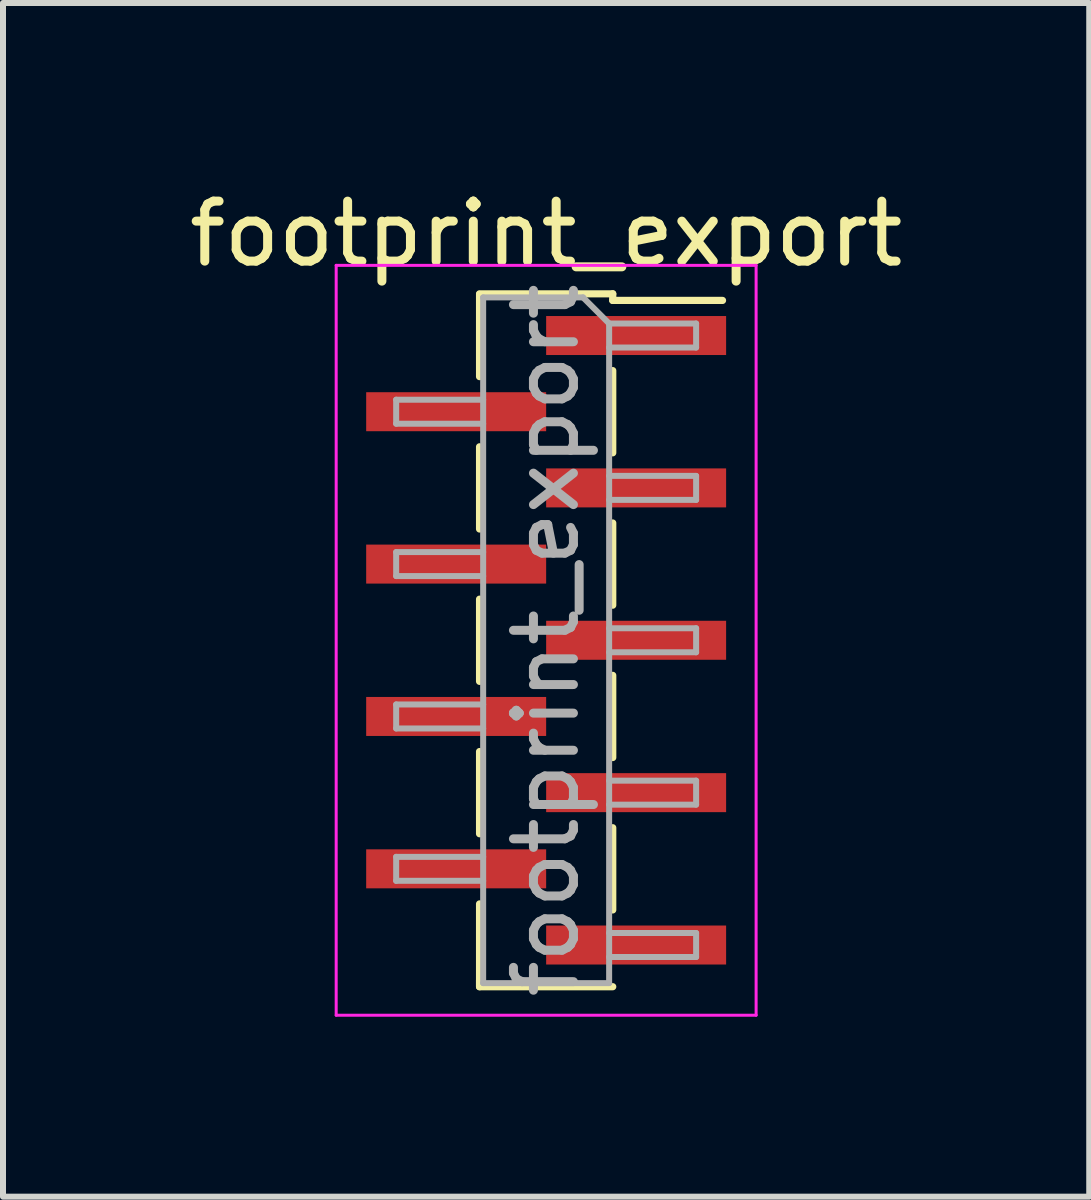
<source format=kicad_pcb>
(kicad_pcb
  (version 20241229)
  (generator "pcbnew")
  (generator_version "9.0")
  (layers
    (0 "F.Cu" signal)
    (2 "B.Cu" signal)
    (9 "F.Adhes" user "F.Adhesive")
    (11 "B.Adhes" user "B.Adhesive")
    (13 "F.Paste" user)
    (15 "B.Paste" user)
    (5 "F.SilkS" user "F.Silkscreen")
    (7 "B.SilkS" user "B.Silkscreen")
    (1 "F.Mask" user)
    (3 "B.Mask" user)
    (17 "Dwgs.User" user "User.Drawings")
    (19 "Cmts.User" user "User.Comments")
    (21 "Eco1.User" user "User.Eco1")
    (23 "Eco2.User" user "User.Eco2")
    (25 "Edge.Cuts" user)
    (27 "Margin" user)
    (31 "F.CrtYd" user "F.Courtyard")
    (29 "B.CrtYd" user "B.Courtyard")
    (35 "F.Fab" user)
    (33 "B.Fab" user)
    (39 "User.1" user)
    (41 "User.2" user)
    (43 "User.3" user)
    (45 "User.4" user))
  (footprint "footprint_export"
    (layer "F.Cu")
    (at 6.054 7.623)
    (property "Reference" "footprint_export" (at 0 -6.775 0) (layer "F.SilkS") (effects (font (size 1 1) (thickness 0.15))))
    (attr smd)
    (fp_line (start -1.11 -5.775) (end 1.11 -5.775) (stroke (width 0.12) (type solid)) (layer "F.SilkS"))
    (fp_line (start -1.11 -5.765) (end -1.11 -4.395) (stroke (width 0.12) (type solid)) (layer "F.SilkS"))
    (fp_line (start -1.11 -3.225) (end -1.11 -1.855) (stroke (width 0.12) (type solid)) (layer "F.SilkS"))
    (fp_line (start -1.11 -0.685) (end -1.11 0.685) (stroke (width 0.12) (type solid)) (layer "F.SilkS"))
    (fp_line (start -1.11 1.855) (end -1.11 3.225) (stroke (width 0.12) (type solid)) (layer "F.SilkS"))
    (fp_line (start -1.11 4.395) (end -1.11 5.765) (stroke (width 0.12) (type solid)) (layer "F.SilkS"))
    (fp_line (start -1.11 5.665) (end -1.11 5.775) (stroke (width 0.12) (type solid)) (layer "F.SilkS"))
    (fp_line (start -1.11 5.775) (end 1.11 5.775) (stroke (width 0.12) (type solid)) (layer "F.SilkS"))
    (fp_line (start 1.11 -5.775) (end 1.11 -5.665) (stroke (width 0.12) (type solid)) (layer "F.SilkS"))
    (fp_line (start 1.11 -5.665) (end 2.94 -5.665) (stroke (width 0.12) (type solid)) (layer "F.SilkS"))
    (fp_line (start 1.11 -4.495) (end 1.11 -3.125) (stroke (width 0.12) (type solid)) (layer "F.SilkS"))
    (fp_line (start 1.11 -1.955) (end 1.11 -0.585) (stroke (width 0.12) (type solid)) (layer "F.SilkS"))
    (fp_line (start 1.11 0.585) (end 1.11 1.955) (stroke (width 0.12) (type solid)) (layer "F.SilkS"))
    (fp_line (start 1.11 3.125) (end 1.11 4.495) (stroke (width 0.12) (type solid)) (layer "F.SilkS"))
    (fp_line (start -3.5 -6.25) (end -3.5 6.25) (stroke (width 0.05) (type solid)) (layer "F.CrtYd"))
    (fp_line (start -3.5 6.25) (end 3.5 6.25) (stroke (width 0.05) (type solid)) (layer "F.CrtYd"))
    (fp_line (start 3.5 -6.25) (end -3.5 -6.25) (stroke (width 0.05) (type solid)) (layer "F.CrtYd"))
    (fp_line (start 3.5 6.25) (end 3.5 -6.25) (stroke (width 0.05) (type solid)) (layer "F.CrtYd"))
    (fp_line (start -2.5 -4.01) (end -2.5 -3.61) (stroke (width 0.1) (type solid)) (layer "F.Fab"))
    (fp_line (start -2.5 -3.61) (end -1.05 -3.61) (stroke (width 0.1) (type solid)) (layer "F.Fab"))
    (fp_line (start -2.5 -1.47) (end -2.5 -1.07) (stroke (width 0.1) (type solid)) (layer "F.Fab"))
    (fp_line (start -2.5 -1.07) (end -1.05 -1.07) (stroke (width 0.1) (type solid)) (layer "F.Fab"))
    (fp_line (start -2.5 1.07) (end -2.5 1.47) (stroke (width 0.1) (type solid)) (layer "F.Fab"))
    (fp_line (start -2.5 1.47) (end -1.05 1.47) (stroke (width 0.1) (type solid)) (layer "F.Fab"))
    (fp_line (start -2.5 3.61) (end -2.5 4.01) (stroke (width 0.1) (type solid)) (layer "F.Fab"))
    (fp_line (start -2.5 4.01) (end -1.05 4.01) (stroke (width 0.1) (type solid)) (layer "F.Fab"))
    (fp_line (start -1.05 -5.715) (end -1.05 5.715) (stroke (width 0.1) (type solid)) (layer "F.Fab"))
    (fp_line (start -1.05 -5.715) (end 0.615 -5.715) (stroke (width 0.1) (type solid)) (layer "F.Fab"))
    (fp_line (start -1.05 -4.01) (end -2.5 -4.01) (stroke (width 0.1) (type solid)) (layer "F.Fab"))
    (fp_line (start -1.05 -1.47) (end -2.5 -1.47) (stroke (width 0.1) (type solid)) (layer "F.Fab"))
    (fp_line (start -1.05 1.07) (end -2.5 1.07) (stroke (width 0.1) (type solid)) (layer "F.Fab"))
    (fp_line (start -1.05 3.61) (end -2.5 3.61) (stroke (width 0.1) (type solid)) (layer "F.Fab"))
    (fp_line (start 1.05 -5.28) (end 0.615 -5.715) (stroke (width 0.1) (type solid)) (layer "F.Fab"))
    (fp_line (start 1.05 -5.28) (end 2.5 -5.28) (stroke (width 0.1) (type solid)) (layer "F.Fab"))
    (fp_line (start 1.05 -2.74) (end 2.5 -2.74) (stroke (width 0.1) (type solid)) (layer "F.Fab"))
    (fp_line (start 1.05 -0.2) (end 2.5 -0.2) (stroke (width 0.1) (type solid)) (layer "F.Fab"))
    (fp_line (start 1.05 2.34) (end 2.5 2.34) (stroke (width 0.1) (type solid)) (layer "F.Fab"))
    (fp_line (start 1.05 4.88) (end 2.5 4.88) (stroke (width 0.1) (type solid)) (layer "F.Fab"))
    (fp_line (start 1.05 5.715) (end -1.05 5.715) (stroke (width 0.1) (type solid)) (layer "F.Fab"))
    (fp_line (start 1.05 5.715) (end 1.05 -5.28) (stroke (width 0.1) (type solid)) (layer "F.Fab"))
    (fp_line (start 2.5 -5.28) (end 2.5 -4.88) (stroke (width 0.1) (type solid)) (layer "F.Fab"))
    (fp_line (start 2.5 -4.88) (end 1.05 -4.88) (stroke (width 0.1) (type solid)) (layer "F.Fab"))
    (fp_line (start 2.5 -2.74) (end 2.5 -2.34) (stroke (width 0.1) (type solid)) (layer "F.Fab"))
    (fp_line (start 2.5 -2.34) (end 1.05 -2.34) (stroke (width 0.1) (type solid)) (layer "F.Fab"))
    (fp_line (start 2.5 -0.2) (end 2.5 0.2) (stroke (width 0.1) (type solid)) (layer "F.Fab"))
    (fp_line (start 2.5 0.2) (end 1.05 0.2) (stroke (width 0.1) (type solid)) (layer "F.Fab"))
    (fp_line (start 2.5 2.34) (end 2.5 2.74) (stroke (width 0.1) (type solid)) (layer "F.Fab"))
    (fp_line (start 2.5 2.74) (end 1.05 2.74) (stroke (width 0.1) (type solid)) (layer "F.Fab"))
    (fp_line (start 2.5 4.88) (end 2.5 5.28) (stroke (width 0.1) (type solid)) (layer "F.Fab"))
    (fp_line (start 2.5 5.28) (end 1.05 5.28) (stroke (width 0.1) (type solid)) (layer "F.Fab"))
    (fp_text user "${REFERENCE}" (at 0 0 90) (layer "F.Fab") (effects (font (size 1 1) (thickness 0.15))))
    (pad "1" smd rect (at 1.5 -5.08) (size 3 0.65) (layers "F.Cu" "F.Mask" "F.Paste"))
    (pad "2" smd rect (at -1.5 -3.81) (size 3 0.65) (layers "F.Cu" "F.Mask" "F.Paste"))
    (pad "3" smd rect (at 1.5 -2.54) (size 3 0.65) (layers "F.Cu" "F.Mask" "F.Paste"))
    (pad "4" smd rect (at -1.5 -1.27) (size 3 0.65) (layers "F.Cu" "F.Mask" "F.Paste"))
    (pad "5" smd rect (at 1.5 0) (size 3 0.65) (layers "F.Cu" "F.Mask" "F.Paste"))
    (pad "6" smd rect (at -1.5 1.27) (size 3 0.65) (layers "F.Cu" "F.Mask" "F.Paste"))
    (pad "7" smd rect (at 1.5 2.54) (size 3 0.65) (layers "F.Cu" "F.Mask" "F.Paste"))
    (pad "8" smd rect (at -1.5 3.81) (size 3 0.65) (layers "F.Cu" "F.Mask" "F.Paste"))
    (pad "9" smd rect (at 1.5 5.08) (size 3 0.65) (layers "F.Cu" "F.Mask" "F.Paste")))
  (gr_rect
    (start -3 -3)
    (end 15.107 16.898)
    (stroke (width 0.1) (type default))
    (fill no)
    (layer "Edge.Cuts")))
</source>
